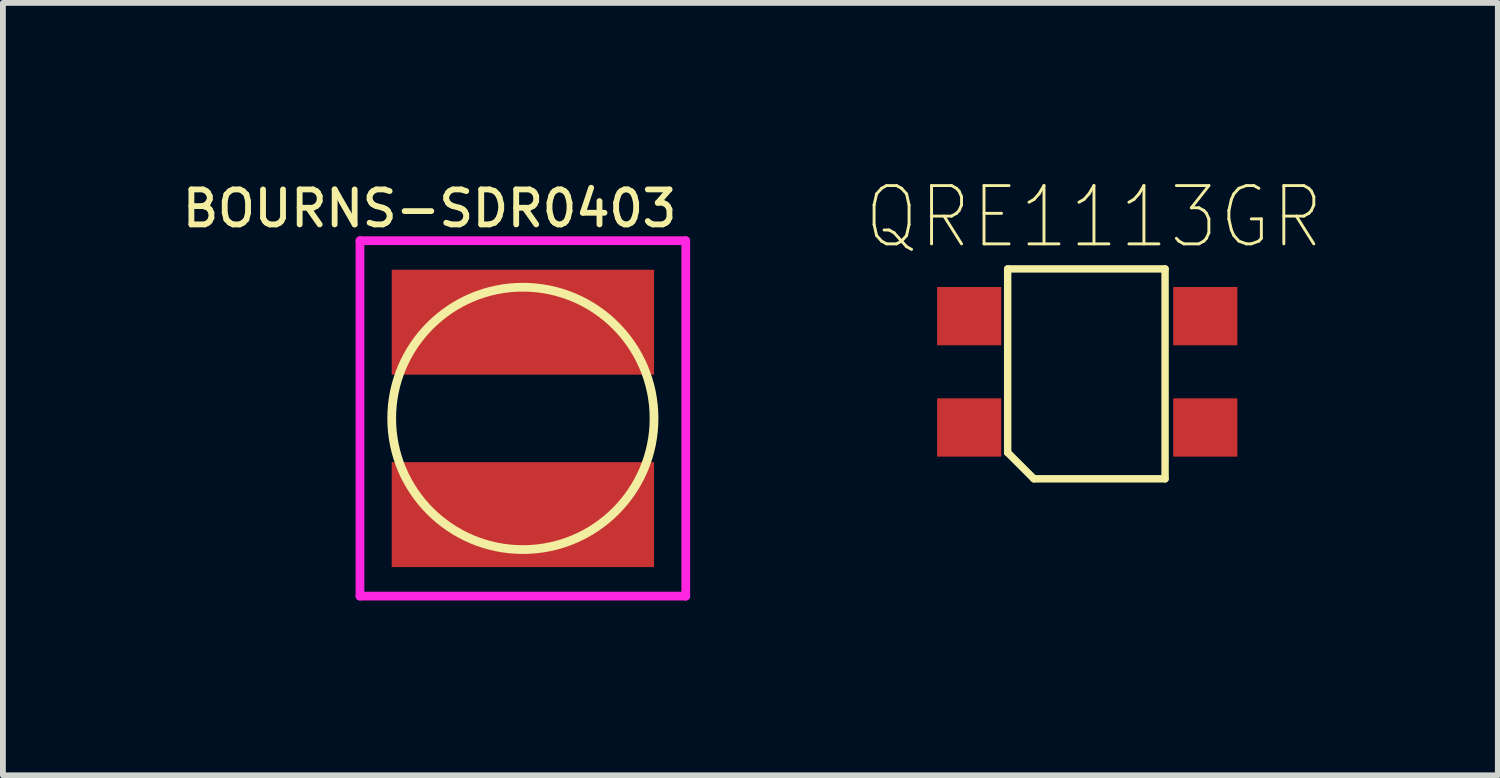
<source format=kicad_pcb>
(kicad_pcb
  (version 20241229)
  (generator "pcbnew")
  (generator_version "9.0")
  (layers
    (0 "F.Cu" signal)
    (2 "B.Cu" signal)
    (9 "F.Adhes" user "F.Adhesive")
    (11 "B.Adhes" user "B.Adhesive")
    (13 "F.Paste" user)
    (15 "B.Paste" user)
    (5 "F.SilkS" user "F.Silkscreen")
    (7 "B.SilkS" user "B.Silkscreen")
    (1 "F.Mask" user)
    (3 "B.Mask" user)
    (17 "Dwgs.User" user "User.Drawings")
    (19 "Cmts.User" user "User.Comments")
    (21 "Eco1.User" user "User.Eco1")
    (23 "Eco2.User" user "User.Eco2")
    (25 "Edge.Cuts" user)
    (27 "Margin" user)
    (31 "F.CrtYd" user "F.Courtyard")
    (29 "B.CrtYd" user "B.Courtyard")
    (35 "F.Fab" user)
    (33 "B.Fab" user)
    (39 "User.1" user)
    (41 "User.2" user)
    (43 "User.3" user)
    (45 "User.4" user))
  (footprint "BOURNS-SDR0403"
    (layer "F.Cu")
    (at 5.919 4.127)
    (property "Reference" "BOURNS-SDR0403" (at -1.6 -3.6 0) (layer "F.SilkS") (effects (font (size 0.6 0.6) (thickness 0.1))))
    (attr smd)
    (fp_circle (center 0 0) (end 2.25 0) (stroke (width 0.15) (type solid)) (fill no) (layer "F.SilkS"))
    (fp_line (start -2.794 -3.048) (end 2.794 -3.048) (stroke (width 0.15) (type solid)) (layer "F.CrtYd"))
    (fp_line (start -2.794 3.048) (end -2.794 -3.048) (stroke (width 0.15) (type solid)) (layer "F.CrtYd"))
    (fp_line (start 2.794 -3.048) (end 2.794 3.048) (stroke (width 0.15) (type solid)) (layer "F.CrtYd"))
    (fp_line (start 2.794 3.048) (end -2.794 3.048) (stroke (width 0.15) (type solid)) (layer "F.CrtYd"))
    (pad "1" smd rect (at 0 -1.65) (size 4.5 1.8) (layers "F.Cu" "F.Mask" "F.Paste"))
    (pad "2" smd rect (at 0 1.65) (size 4.5 1.8) (layers "F.Cu" "F.Mask" "F.Paste")))
  (footprint "QRE1113GR"
    (layer "F.Cu")
    (at 15.585 3.313)
    (property "Reference" "QRE1113GR" (at 0.13 -2.64 0) (layer "F.SilkS") (effects (font (size 1 0.9) (thickness 0.05))))
    (attr smd)
    (fp_line (start -1.35 -1.75) (end -1.35 1.4) (stroke (width 0.127) (type solid)) (layer "F.SilkS"))
    (fp_line (start -1.35 -1.75) (end 1.35 -1.75) (stroke (width 0.127) (type solid)) (layer "F.SilkS"))
    (fp_line (start -0.9 1.85) (end -1.35 1.4) (stroke (width 0.127) (type solid)) (layer "F.SilkS"))
    (fp_line (start -0.9 1.85) (end 1.35 1.85) (stroke (width 0.127) (type solid)) (layer "F.SilkS"))
    (fp_line (start 1.35 -1.75) (end 1.35 1.85) (stroke (width 0.127) (type solid)) (layer "F.SilkS"))
    (fp_poly (pts (xy -2.6 -1.5) (xy -1.4 -1.5) (xy -1.4 -0.4) (xy -2.6 -0.4)) (stroke (width 0.381) (type solid)) (fill yes) (layer "F.Paste"))
    (fp_poly (pts (xy -2.6 0.4) (xy -1.4 0.4) (xy -1.4 1.5) (xy -2.6 1.5)) (stroke (width 0.381) (type solid)) (fill yes) (layer "F.Paste"))
    (fp_poly (pts (xy 1.4 -1.5) (xy 2.65 -1.5) (xy 2.65 -0.4) (xy 1.4 -0.4)) (stroke (width 0.381) (type solid)) (fill yes) (layer "F.Paste"))
    (fp_poly (pts (xy 1.45 0.4) (xy 2.65 0.4) (xy 2.65 1.5) (xy 1.45 1.5)) (stroke (width 0.381) (type solid)) (fill yes) (layer "F.Paste"))
    (pad "A" smd rect (at -2.01 0.97 270) (size 1 1.1) (layers "F.Cu" "F.Mask" "F.Paste"))
    (pad "C" smd rect (at 2.04 -0.94 270) (size 1 1.1) (layers "F.Cu" "F.Mask" "F.Paste"))
    (pad "E" smd rect (at -2.01 -0.94 270) (size 1 1.1) (layers "F.Cu" "F.Mask" "F.Paste"))
    (pad "K" smd rect (at 2.04 0.97 270) (size 1 1.1) (layers "F.Cu" "F.Mask" "F.Paste")))
  (gr_rect
    (start -3 -3)
    (end 22.643 10.249)
    (stroke (width 0.1) (type default))
    (fill no)
    (layer "Edge.Cuts")))
</source>
